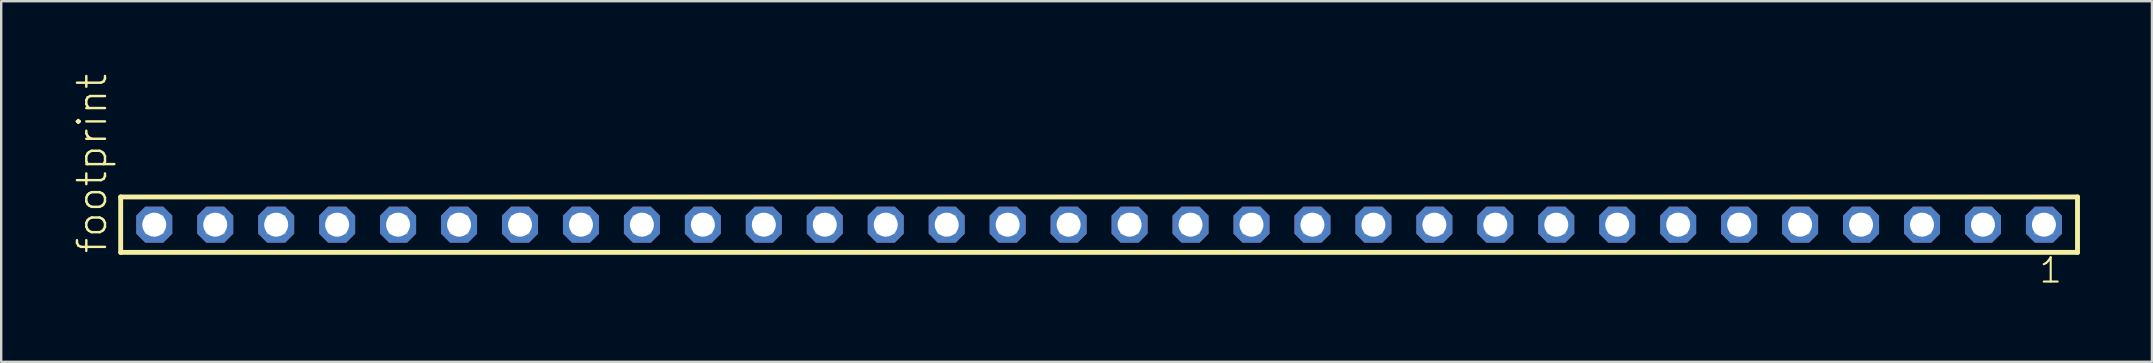
<source format=kicad_pcb>
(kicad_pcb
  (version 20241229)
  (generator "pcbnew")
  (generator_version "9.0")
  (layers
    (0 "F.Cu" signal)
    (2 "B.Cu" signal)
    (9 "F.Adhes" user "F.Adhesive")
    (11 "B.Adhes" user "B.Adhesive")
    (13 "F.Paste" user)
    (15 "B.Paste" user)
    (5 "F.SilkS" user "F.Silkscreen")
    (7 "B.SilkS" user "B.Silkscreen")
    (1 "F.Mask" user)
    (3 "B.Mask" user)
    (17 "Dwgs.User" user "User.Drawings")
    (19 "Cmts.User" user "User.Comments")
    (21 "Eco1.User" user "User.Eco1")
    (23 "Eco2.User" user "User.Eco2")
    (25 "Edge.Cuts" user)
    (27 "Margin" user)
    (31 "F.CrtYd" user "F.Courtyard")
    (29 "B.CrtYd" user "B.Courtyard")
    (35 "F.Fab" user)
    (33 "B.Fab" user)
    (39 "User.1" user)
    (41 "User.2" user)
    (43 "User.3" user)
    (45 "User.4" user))
  (footprint "footprint"
    (layer "F.Cu")
    (at 42.748 6.312)
    (property "Reference" "footprint" (at -41.275 1.27 90) (layer "F.SilkS") (effects (font (size 1.168 1.168) (thickness 0.102)) (justify left bottom)))
    (fp_line (start -40.769 -1.155) (end 40.769 -1.155) (stroke (width 0.203) (type solid)) (layer "F.SilkS"))
    (fp_line (start -40.769 1.155) (end -40.769 -1.155) (stroke (width 0.203) (type solid)) (layer "F.SilkS"))
    (fp_line (start 40.769 -1.155) (end 40.769 1.155) (stroke (width 0.203) (type solid)) (layer "F.SilkS"))
    (fp_line (start 40.769 1.155) (end -40.769 1.155) (stroke (width 0.203) (type solid)) (layer "F.SilkS"))
    (fp_poly (pts (xy -39.72 0.35) (xy -39.02 0.35) (xy -39.02 -0.35) (xy -39.72 -0.35)) (stroke (width 0.1) (type solid)) (fill no) (layer "F.Fab"))
    (fp_poly (pts (xy -37.18 0.35) (xy -36.48 0.35) (xy -36.48 -0.35) (xy -37.18 -0.35)) (stroke (width 0.1) (type solid)) (fill no) (layer "F.Fab"))
    (fp_poly (pts (xy -34.64 0.35) (xy -33.94 0.35) (xy -33.94 -0.35) (xy -34.64 -0.35)) (stroke (width 0.1) (type solid)) (fill no) (layer "F.Fab"))
    (fp_poly (pts (xy -32.1 0.35) (xy -31.4 0.35) (xy -31.4 -0.35) (xy -32.1 -0.35)) (stroke (width 0.1) (type solid)) (fill no) (layer "F.Fab"))
    (fp_poly (pts (xy -29.56 0.35) (xy -28.86 0.35) (xy -28.86 -0.35) (xy -29.56 -0.35)) (stroke (width 0.1) (type solid)) (fill no) (layer "F.Fab"))
    (fp_poly (pts (xy -27.02 0.35) (xy -26.32 0.35) (xy -26.32 -0.35) (xy -27.02 -0.35)) (stroke (width 0.1) (type solid)) (fill no) (layer "F.Fab"))
    (fp_poly (pts (xy -24.48 0.35) (xy -23.78 0.35) (xy -23.78 -0.35) (xy -24.48 -0.35)) (stroke (width 0.1) (type solid)) (fill no) (layer "F.Fab"))
    (fp_poly (pts (xy -21.94 0.35) (xy -21.24 0.35) (xy -21.24 -0.35) (xy -21.94 -0.35)) (stroke (width 0.1) (type solid)) (fill no) (layer "F.Fab"))
    (fp_poly (pts (xy -19.4 0.35) (xy -18.7 0.35) (xy -18.7 -0.35) (xy -19.4 -0.35)) (stroke (width 0.1) (type solid)) (fill no) (layer "F.Fab"))
    (fp_poly (pts (xy -16.86 0.35) (xy -16.16 0.35) (xy -16.16 -0.35) (xy -16.86 -0.35)) (stroke (width 0.1) (type solid)) (fill no) (layer "F.Fab"))
    (fp_poly (pts (xy -14.32 0.35) (xy -13.62 0.35) (xy -13.62 -0.35) (xy -14.32 -0.35)) (stroke (width 0.1) (type solid)) (fill no) (layer "F.Fab"))
    (fp_poly (pts (xy -11.78 0.35) (xy -11.08 0.35) (xy -11.08 -0.35) (xy -11.78 -0.35)) (stroke (width 0.1) (type solid)) (fill no) (layer "F.Fab"))
    (fp_poly (pts (xy -9.24 0.35) (xy -8.54 0.35) (xy -8.54 -0.35) (xy -9.24 -0.35)) (stroke (width 0.1) (type solid)) (fill no) (layer "F.Fab"))
    (fp_poly (pts (xy -6.7 0.35) (xy -6 0.35) (xy -6 -0.35) (xy -6.7 -0.35)) (stroke (width 0.1) (type solid)) (fill no) (layer "F.Fab"))
    (fp_poly (pts (xy -4.16 0.35) (xy -3.46 0.35) (xy -3.46 -0.35) (xy -4.16 -0.35)) (stroke (width 0.1) (type solid)) (fill no) (layer "F.Fab"))
    (fp_poly (pts (xy -1.62 0.35) (xy -0.92 0.35) (xy -0.92 -0.35) (xy -1.62 -0.35)) (stroke (width 0.1) (type solid)) (fill no) (layer "F.Fab"))
    (fp_poly (pts (xy 0.92 0.35) (xy 1.62 0.35) (xy 1.62 -0.35) (xy 0.92 -0.35)) (stroke (width 0.1) (type solid)) (fill no) (layer "F.Fab"))
    (fp_poly (pts (xy 3.46 0.35) (xy 4.16 0.35) (xy 4.16 -0.35) (xy 3.46 -0.35)) (stroke (width 0.1) (type solid)) (fill no) (layer "F.Fab"))
    (fp_poly (pts (xy 6 0.35) (xy 6.7 0.35) (xy 6.7 -0.35) (xy 6 -0.35)) (stroke (width 0.1) (type solid)) (fill no) (layer "F.Fab"))
    (fp_poly (pts (xy 8.54 0.35) (xy 9.24 0.35) (xy 9.24 -0.35) (xy 8.54 -0.35)) (stroke (width 0.1) (type solid)) (fill no) (layer "F.Fab"))
    (fp_poly (pts (xy 11.08 0.35) (xy 11.78 0.35) (xy 11.78 -0.35) (xy 11.08 -0.35)) (stroke (width 0.1) (type solid)) (fill no) (layer "F.Fab"))
    (fp_poly (pts (xy 13.62 0.35) (xy 14.32 0.35) (xy 14.32 -0.35) (xy 13.62 -0.35)) (stroke (width 0.1) (type solid)) (fill no) (layer "F.Fab"))
    (fp_poly (pts (xy 16.16 0.35) (xy 16.86 0.35) (xy 16.86 -0.35) (xy 16.16 -0.35)) (stroke (width 0.1) (type solid)) (fill no) (layer "F.Fab"))
    (fp_poly (pts (xy 18.7 0.35) (xy 19.4 0.35) (xy 19.4 -0.35) (xy 18.7 -0.35)) (stroke (width 0.1) (type solid)) (fill no) (layer "F.Fab"))
    (fp_poly (pts (xy 21.24 0.35) (xy 21.94 0.35) (xy 21.94 -0.35) (xy 21.24 -0.35)) (stroke (width 0.1) (type solid)) (fill no) (layer "F.Fab"))
    (fp_poly (pts (xy 23.78 0.35) (xy 24.48 0.35) (xy 24.48 -0.35) (xy 23.78 -0.35)) (stroke (width 0.1) (type solid)) (fill no) (layer "F.Fab"))
    (fp_poly (pts (xy 26.32 0.35) (xy 27.02 0.35) (xy 27.02 -0.35) (xy 26.32 -0.35)) (stroke (width 0.1) (type solid)) (fill no) (layer "F.Fab"))
    (fp_poly (pts (xy 28.86 0.35) (xy 29.56 0.35) (xy 29.56 -0.35) (xy 28.86 -0.35)) (stroke (width 0.1) (type solid)) (fill no) (layer "F.Fab"))
    (fp_poly (pts (xy 31.4 0.35) (xy 32.1 0.35) (xy 32.1 -0.35) (xy 31.4 -0.35)) (stroke (width 0.1) (type solid)) (fill no) (layer "F.Fab"))
    (fp_poly (pts (xy 33.94 0.35) (xy 34.64 0.35) (xy 34.64 -0.35) (xy 33.94 -0.35)) (stroke (width 0.1) (type solid)) (fill no) (layer "F.Fab"))
    (fp_poly (pts (xy 36.48 0.35) (xy 37.18 0.35) (xy 37.18 -0.35) (xy 36.48 -0.35)) (stroke (width 0.1) (type solid)) (fill no) (layer "F.Fab"))
    (fp_poly (pts (xy 39.02 0.35) (xy 39.72 0.35) (xy 39.72 -0.35) (xy 39.02 -0.35)) (stroke (width 0.1) (type solid)) (fill no) (layer "F.Fab"))
    (fp_text user "1" (at 39.112 2.498 0) (layer "F.SilkS") (effects (font (size 1.012 1.012) (thickness 0.088)) (justify left bottom)))
    (pad "1" thru_hole roundrect (at 39.37 0 180) (size 1.5 1.5) (drill 1) (layers "*.Cu" "*.Mask") (roundrect_rratio 0.25) (chamfer_ratio 0.25) (chamfer top_left top_right bottom_left bottom_right))
    (pad "2" thru_hole roundrect (at 36.83 0 180) (size 1.5 1.5) (drill 1) (layers "*.Cu" "*.Mask") (roundrect_rratio 0.25) (chamfer_ratio 0.25) (chamfer top_left top_right bottom_left bottom_right))
    (pad "3" thru_hole roundrect (at 34.29 0 180) (size 1.5 1.5) (drill 1) (layers "*.Cu" "*.Mask") (roundrect_rratio 0.25) (chamfer_ratio 0.25) (chamfer top_left top_right bottom_left bottom_right))
    (pad "4" thru_hole roundrect (at 31.75 0 180) (size 1.5 1.5) (drill 1) (layers "*.Cu" "*.Mask") (roundrect_rratio 0.25) (chamfer_ratio 0.25) (chamfer top_left top_right bottom_left bottom_right))
    (pad "5" thru_hole roundrect (at 29.21 0 180) (size 1.5 1.5) (drill 1) (layers "*.Cu" "*.Mask") (roundrect_rratio 0.25) (chamfer_ratio 0.25) (chamfer top_left top_right bottom_left bottom_right))
    (pad "6" thru_hole roundrect (at 26.67 0 180) (size 1.5 1.5) (drill 1) (layers "*.Cu" "*.Mask") (roundrect_rratio 0.25) (chamfer_ratio 0.25) (chamfer top_left top_right bottom_left bottom_right))
    (pad "7" thru_hole roundrect (at 24.13 0 180) (size 1.5 1.5) (drill 1) (layers "*.Cu" "*.Mask") (roundrect_rratio 0.25) (chamfer_ratio 0.25) (chamfer top_left top_right bottom_left bottom_right))
    (pad "8" thru_hole roundrect (at 21.59 0 180) (size 1.5 1.5) (drill 1) (layers "*.Cu" "*.Mask") (roundrect_rratio 0.25) (chamfer_ratio 0.25) (chamfer top_left top_right bottom_left bottom_right))
    (pad "9" thru_hole roundrect (at 19.05 0 180) (size 1.5 1.5) (drill 1) (layers "*.Cu" "*.Mask") (roundrect_rratio 0.25) (chamfer_ratio 0.25) (chamfer top_left top_right bottom_left bottom_right))
    (pad "10" thru_hole roundrect (at 16.51 0 180) (size 1.5 1.5) (drill 1) (layers "*.Cu" "*.Mask") (roundrect_rratio 0.25) (chamfer_ratio 0.25) (chamfer top_left top_right bottom_left bottom_right))
    (pad "11" thru_hole roundrect (at 13.97 0 180) (size 1.5 1.5) (drill 1) (layers "*.Cu" "*.Mask") (roundrect_rratio 0.25) (chamfer_ratio 0.25) (chamfer top_left top_right bottom_left bottom_right))
    (pad "12" thru_hole roundrect (at 11.43 0 180) (size 1.5 1.5) (drill 1) (layers "*.Cu" "*.Mask") (roundrect_rratio 0.25) (chamfer_ratio 0.25) (chamfer top_left top_right bottom_left bottom_right))
    (pad "13" thru_hole roundrect (at 8.89 0 180) (size 1.5 1.5) (drill 1) (layers "*.Cu" "*.Mask") (roundrect_rratio 0.25) (chamfer_ratio 0.25) (chamfer top_left top_right bottom_left bottom_right))
    (pad "14" thru_hole roundrect (at 6.35 0 180) (size 1.5 1.5) (drill 1) (layers "*.Cu" "*.Mask") (roundrect_rratio 0.25) (chamfer_ratio 0.25) (chamfer top_left top_right bottom_left bottom_right))
    (pad "15" thru_hole roundrect (at 3.81 0 180) (size 1.5 1.5) (drill 1) (layers "*.Cu" "*.Mask") (roundrect_rratio 0.25) (chamfer_ratio 0.25) (chamfer top_left top_right bottom_left bottom_right))
    (pad "16" thru_hole roundrect (at 1.27 0 180) (size 1.5 1.5) (drill 1) (layers "*.Cu" "*.Mask") (roundrect_rratio 0.25) (chamfer_ratio 0.25) (chamfer top_left top_right bottom_left bottom_right))
    (pad "17" thru_hole roundrect (at -1.27 0 180) (size 1.5 1.5) (drill 1) (layers "*.Cu" "*.Mask") (roundrect_rratio 0.25) (chamfer_ratio 0.25) (chamfer top_left top_right bottom_left bottom_right))
    (pad "18" thru_hole roundrect (at -3.81 0 180) (size 1.5 1.5) (drill 1) (layers "*.Cu" "*.Mask") (roundrect_rratio 0.25) (chamfer_ratio 0.25) (chamfer top_left top_right bottom_left bottom_right))
    (pad "19" thru_hole roundrect (at -6.35 0 180) (size 1.5 1.5) (drill 1) (layers "*.Cu" "*.Mask") (roundrect_rratio 0.25) (chamfer_ratio 0.25) (chamfer top_left top_right bottom_left bottom_right))
    (pad "20" thru_hole roundrect (at -8.89 0 180) (size 1.5 1.5) (drill 1) (layers "*.Cu" "*.Mask") (roundrect_rratio 0.25) (chamfer_ratio 0.25) (chamfer top_left top_right bottom_left bottom_right))
    (pad "21" thru_hole roundrect (at -11.43 0 180) (size 1.5 1.5) (drill 1) (layers "*.Cu" "*.Mask") (roundrect_rratio 0.25) (chamfer_ratio 0.25) (chamfer top_left top_right bottom_left bottom_right))
    (pad "22" thru_hole roundrect (at -13.97 0 180) (size 1.5 1.5) (drill 1) (layers "*.Cu" "*.Mask") (roundrect_rratio 0.25) (chamfer_ratio 0.25) (chamfer top_left top_right bottom_left bottom_right))
    (pad "23" thru_hole roundrect (at -16.51 0 180) (size 1.5 1.5) (drill 1) (layers "*.Cu" "*.Mask") (roundrect_rratio 0.25) (chamfer_ratio 0.25) (chamfer top_left top_right bottom_left bottom_right))
    (pad "24" thru_hole roundrect (at -19.05 0 180) (size 1.5 1.5) (drill 1) (layers "*.Cu" "*.Mask") (roundrect_rratio 0.25) (chamfer_ratio 0.25) (chamfer top_left top_right bottom_left bottom_right))
    (pad "25" thru_hole roundrect (at -21.59 0 180) (size 1.5 1.5) (drill 1) (layers "*.Cu" "*.Mask") (roundrect_rratio 0.25) (chamfer_ratio 0.25) (chamfer top_left top_right bottom_left bottom_right))
    (pad "26" thru_hole roundrect (at -24.13 0 180) (size 1.5 1.5) (drill 1) (layers "*.Cu" "*.Mask") (roundrect_rratio 0.25) (chamfer_ratio 0.25) (chamfer top_left top_right bottom_left bottom_right))
    (pad "27" thru_hole roundrect (at -26.67 0 180) (size 1.5 1.5) (drill 1) (layers "*.Cu" "*.Mask") (roundrect_rratio 0.25) (chamfer_ratio 0.25) (chamfer top_left top_right bottom_left bottom_right))
    (pad "28" thru_hole roundrect (at -29.21 0 180) (size 1.5 1.5) (drill 1) (layers "*.Cu" "*.Mask") (roundrect_rratio 0.25) (chamfer_ratio 0.25) (chamfer top_left top_right bottom_left bottom_right))
    (pad "29" thru_hole roundrect (at -31.75 0 180) (size 1.5 1.5) (drill 1) (layers "*.Cu" "*.Mask") (roundrect_rratio 0.25) (chamfer_ratio 0.25) (chamfer top_left top_right bottom_left bottom_right))
    (pad "30" thru_hole roundrect (at -34.29 0 180) (size 1.5 1.5) (drill 1) (layers "*.Cu" "*.Mask") (roundrect_rratio 0.25) (chamfer_ratio 0.25) (chamfer top_left top_right bottom_left bottom_right))
    (pad "31" thru_hole roundrect (at -36.83 0 180) (size 1.5 1.5) (drill 1) (layers "*.Cu" "*.Mask") (roundrect_rratio 0.25) (chamfer_ratio 0.25) (chamfer top_left top_right bottom_left bottom_right))
    (pad "32" thru_hole roundrect (at -39.37 0 180) (size 1.5 1.5) (drill 1) (layers "*.Cu" "*.Mask") (roundrect_rratio 0.25) (chamfer_ratio 0.25) (chamfer top_left top_right bottom_left bottom_right)))
  (gr_rect
    (start -3 -3)
    (end 86.619 12.027)
    (stroke (width 0.1) (type default))
    (fill no)
    (layer "Edge.Cuts")))
</source>
